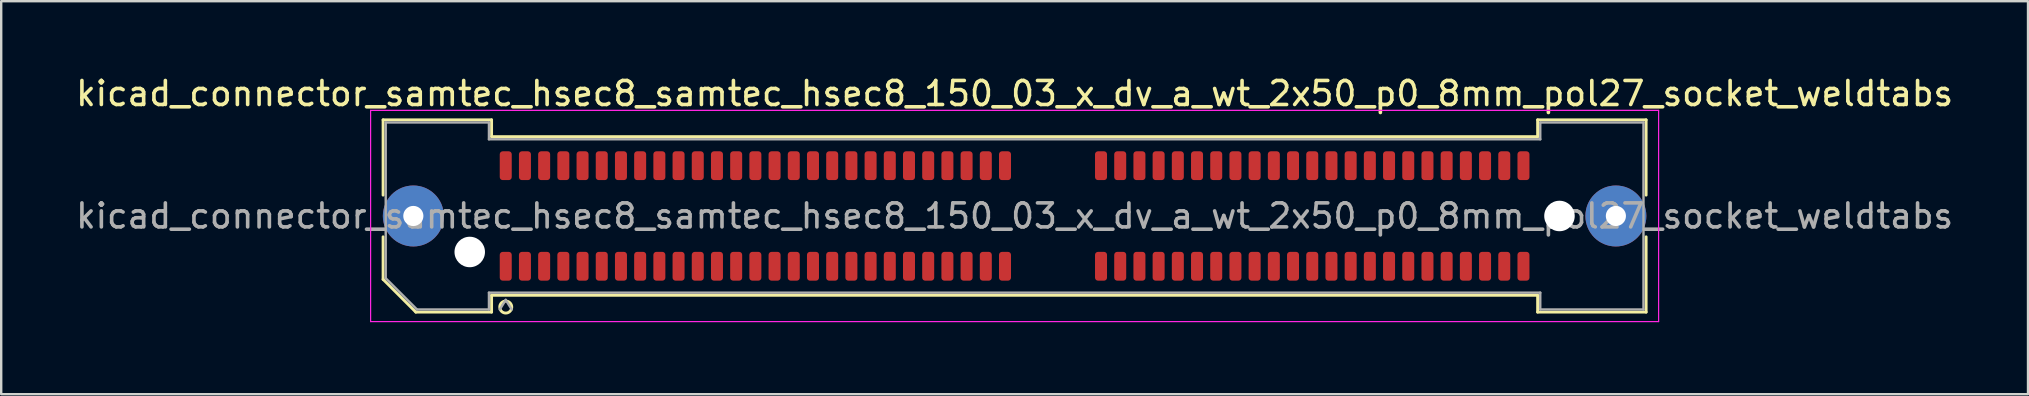
<source format=kicad_pcb>
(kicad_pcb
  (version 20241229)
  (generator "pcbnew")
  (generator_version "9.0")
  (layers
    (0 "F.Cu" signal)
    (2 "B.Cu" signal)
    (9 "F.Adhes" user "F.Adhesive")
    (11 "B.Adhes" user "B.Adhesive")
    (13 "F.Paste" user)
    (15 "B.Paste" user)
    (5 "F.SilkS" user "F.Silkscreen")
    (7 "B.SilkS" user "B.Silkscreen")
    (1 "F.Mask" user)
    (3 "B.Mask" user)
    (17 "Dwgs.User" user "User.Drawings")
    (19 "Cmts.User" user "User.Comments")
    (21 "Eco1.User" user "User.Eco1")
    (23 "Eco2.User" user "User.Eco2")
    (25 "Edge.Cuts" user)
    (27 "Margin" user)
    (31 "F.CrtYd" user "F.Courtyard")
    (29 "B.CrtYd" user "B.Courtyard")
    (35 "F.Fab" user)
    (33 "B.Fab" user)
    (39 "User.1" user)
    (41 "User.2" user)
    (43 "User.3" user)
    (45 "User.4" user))
  (footprint "kicad_connector_samtec_hsec8_samtec_hsec8_150_03_x_dv_a_wt_2x50_p0_8mm_pol27_socket_weldtabs"
    (layer "F.Cu")
    (at 39.22 5.948)
    (property "Reference" "kicad_connector_samtec_hsec8_samtec_hsec8_150_03_x_dv_a_wt_2x50_p0_8mm_pol27_socket_weldtabs" (at 0 -5.1 0) (layer "F.SilkS") (effects (font (size 1 1) (thickness 0.15))))
    (attr smd)
    (fp_line (start -26.31 -4.005) (end -21.79 -4.005) (stroke (width 0.12) (type solid)) (layer "F.SilkS"))
    (fp_line (start -26.31 -0.868) (end -26.31 -4.005) (stroke (width 0.12) (type solid)) (layer "F.SilkS"))
    (fp_line (start -26.31 2.641) (end -26.31 0.868) (stroke (width 0.12) (type solid)) (layer "F.SilkS"))
    (fp_line (start -24.946 4.005) (end -26.31 2.641) (stroke (width 0.12) (type solid)) (layer "F.SilkS"))
    (fp_line (start -21.79 -4.005) (end -21.79 -3.305) (stroke (width 0.12) (type solid)) (layer "F.SilkS"))
    (fp_line (start -21.79 -3.305) (end 21.79 -3.305) (stroke (width 0.12) (type solid)) (layer "F.SilkS"))
    (fp_line (start -21.79 3.305) (end -21.79 4.005) (stroke (width 0.12) (type solid)) (layer "F.SilkS"))
    (fp_line (start -21.79 4.005) (end -24.946 4.005) (stroke (width 0.12) (type solid)) (layer "F.SilkS"))
    (fp_line (start 21.79 -4.005) (end 26.31 -4.005) (stroke (width 0.12) (type solid)) (layer "F.SilkS"))
    (fp_line (start 21.79 -3.305) (end 21.79 -4.005) (stroke (width 0.12) (type solid)) (layer "F.SilkS"))
    (fp_line (start 21.79 3.305) (end -21.79 3.305) (stroke (width 0.12) (type solid)) (layer "F.SilkS"))
    (fp_line (start 21.79 4.005) (end 21.79 3.305) (stroke (width 0.12) (type solid)) (layer "F.SilkS"))
    (fp_line (start 26.31 -4.005) (end 26.31 -0.868) (stroke (width 0.12) (type solid)) (layer "F.SilkS"))
    (fp_line (start 26.31 0.868) (end 26.31 4.005) (stroke (width 0.12) (type solid)) (layer "F.SilkS"))
    (fp_line (start 26.31 4.005) (end 21.79 4.005) (stroke (width 0.12) (type solid)) (layer "F.SilkS"))
    (fp_arc (start -20.95 3.795) (mid -21.45 3.795) (end -20.95 3.795) (stroke (width 0.12) (type solid)) (layer "F.SilkS"))
    (fp_line (start -26.83 -4.4) (end -26.83 4.4) (stroke (width 0.05) (type solid)) (layer "F.CrtYd"))
    (fp_line (start -26.83 4.4) (end 26.83 4.4) (stroke (width 0.05) (type solid)) (layer "F.CrtYd"))
    (fp_line (start 26.83 -4.4) (end -26.83 -4.4) (stroke (width 0.05) (type solid)) (layer "F.CrtYd"))
    (fp_line (start 26.83 4.4) (end 26.83 -4.4) (stroke (width 0.05) (type solid)) (layer "F.CrtYd"))
    (fp_line (start -26.2 -3.895) (end -21.9 -3.895) (stroke (width 0.1) (type solid)) (layer "F.Fab"))
    (fp_line (start -26.2 2.595) (end -26.2 -3.895) (stroke (width 0.1) (type solid)) (layer "F.Fab"))
    (fp_line (start -24.9 3.895) (end -26.2 2.595) (stroke (width 0.1) (type solid)) (layer "F.Fab"))
    (fp_line (start -21.9 -3.895) (end -21.9 -3.195) (stroke (width 0.1) (type solid)) (layer "F.Fab"))
    (fp_line (start -21.9 -3.195) (end 21.9 -3.195) (stroke (width 0.1) (type solid)) (layer "F.Fab"))
    (fp_line (start -21.9 3.195) (end -21.9 3.895) (stroke (width 0.1) (type solid)) (layer "F.Fab"))
    (fp_line (start -21.9 3.895) (end -24.9 3.895) (stroke (width 0.1) (type solid)) (layer "F.Fab"))
    (fp_line (start -21.2 3.495) (end -21.45 3.895) (stroke (width 0.1) (type solid)) (layer "F.Fab"))
    (fp_line (start -21.2 3.495) (end -20.95 3.895) (stroke (width 0.1) (type solid)) (layer "F.Fab"))
    (fp_line (start 21.9 -3.895) (end 26.2 -3.895) (stroke (width 0.1) (type solid)) (layer "F.Fab"))
    (fp_line (start 21.9 -3.195) (end 21.9 -3.895) (stroke (width 0.1) (type solid)) (layer "F.Fab"))
    (fp_line (start 21.9 3.195) (end -21.9 3.195) (stroke (width 0.1) (type solid)) (layer "F.Fab"))
    (fp_line (start 21.9 3.895) (end 21.9 3.195) (stroke (width 0.1) (type solid)) (layer "F.Fab"))
    (fp_line (start 26.2 -3.895) (end 26.2 3.895) (stroke (width 0.1) (type solid)) (layer "F.Fab"))
    (fp_line (start 26.2 3.895) (end 21.9 3.895) (stroke (width 0.1) (type solid)) (layer "F.Fab"))
    (fp_text user "${REFERENCE}" (at 0 0 0) (layer "F.Fab") (effects (font (size 1 1) (thickness 0.15))))
    (pad "" thru_hole circle (at -25.05 0) (size 2.54 2.54) (drill 0.84) (layers "*.Cu" "*.Mask" "F.Paste"))
    (pad "" np_thru_hole circle (at -22.7 1.5) (size 1.27 1.27) (drill 1.27) (layers "*.Cu" "*.Mask"))
    (pad "" np_thru_hole circle (at 22.7 0) (size 1.27 1.27) (drill 1.27) (layers "*.Cu" "*.Mask"))
    (pad "" thru_hole circle (at 25.05 0) (size 2.54 2.54) (drill 0.84) (layers "*.Cu" "*.Mask" "F.Paste"))
    (pad "1" smd roundrect (at -21.2 2.095) (size 0.5 1.2) (layers "F.Cu" "F.Mask" "F.Paste") (roundrect_rratio 0.25))
    (pad "2" smd roundrect (at -21.2 -2.095) (size 0.5 1.2) (layers "F.Cu" "F.Mask" "F.Paste") (roundrect_rratio 0.25))
    (pad "3" smd roundrect (at -20.4 2.095) (size 0.5 1.2) (layers "F.Cu" "F.Mask" "F.Paste") (roundrect_rratio 0.25))
    (pad "4" smd roundrect (at -20.4 -2.095) (size 0.5 1.2) (layers "F.Cu" "F.Mask" "F.Paste") (roundrect_rratio 0.25))
    (pad "5" smd roundrect (at -19.6 2.095) (size 0.5 1.2) (layers "F.Cu" "F.Mask" "F.Paste") (roundrect_rratio 0.25))
    (pad "6" smd roundrect (at -19.6 -2.095) (size 0.5 1.2) (layers "F.Cu" "F.Mask" "F.Paste") (roundrect_rratio 0.25))
    (pad "7" smd roundrect (at -18.8 2.095) (size 0.5 1.2) (layers "F.Cu" "F.Mask" "F.Paste") (roundrect_rratio 0.25))
    (pad "8" smd roundrect (at -18.8 -2.095) (size 0.5 1.2) (layers "F.Cu" "F.Mask" "F.Paste") (roundrect_rratio 0.25))
    (pad "9" smd roundrect (at -18 2.095) (size 0.5 1.2) (layers "F.Cu" "F.Mask" "F.Paste") (roundrect_rratio 0.25))
    (pad "10" smd roundrect (at -18 -2.095) (size 0.5 1.2) (layers "F.Cu" "F.Mask" "F.Paste") (roundrect_rratio 0.25))
    (pad "11" smd roundrect (at -17.2 2.095) (size 0.5 1.2) (layers "F.Cu" "F.Mask" "F.Paste") (roundrect_rratio 0.25))
    (pad "12" smd roundrect (at -17.2 -2.095) (size 0.5 1.2) (layers "F.Cu" "F.Mask" "F.Paste") (roundrect_rratio 0.25))
    (pad "13" smd roundrect (at -16.4 2.095) (size 0.5 1.2) (layers "F.Cu" "F.Mask" "F.Paste") (roundrect_rratio 0.25))
    (pad "14" smd roundrect (at -16.4 -2.095) (size 0.5 1.2) (layers "F.Cu" "F.Mask" "F.Paste") (roundrect_rratio 0.25))
    (pad "15" smd roundrect (at -15.6 2.095) (size 0.5 1.2) (layers "F.Cu" "F.Mask" "F.Paste") (roundrect_rratio 0.25))
    (pad "16" smd roundrect (at -15.6 -2.095) (size 0.5 1.2) (layers "F.Cu" "F.Mask" "F.Paste") (roundrect_rratio 0.25))
    (pad "17" smd roundrect (at -14.8 2.095) (size 0.5 1.2) (layers "F.Cu" "F.Mask" "F.Paste") (roundrect_rratio 0.25))
    (pad "18" smd roundrect (at -14.8 -2.095) (size 0.5 1.2) (layers "F.Cu" "F.Mask" "F.Paste") (roundrect_rratio 0.25))
    (pad "19" smd roundrect (at -14 2.095) (size 0.5 1.2) (layers "F.Cu" "F.Mask" "F.Paste") (roundrect_rratio 0.25))
    (pad "20" smd roundrect (at -14 -2.095) (size 0.5 1.2) (layers "F.Cu" "F.Mask" "F.Paste") (roundrect_rratio 0.25))
    (pad "21" smd roundrect (at -13.2 2.095) (size 0.5 1.2) (layers "F.Cu" "F.Mask" "F.Paste") (roundrect_rratio 0.25))
    (pad "22" smd roundrect (at -13.2 -2.095) (size 0.5 1.2) (layers "F.Cu" "F.Mask" "F.Paste") (roundrect_rratio 0.25))
    (pad "23" smd roundrect (at -12.4 2.095) (size 0.5 1.2) (layers "F.Cu" "F.Mask" "F.Paste") (roundrect_rratio 0.25))
    (pad "24" smd roundrect (at -12.4 -2.095) (size 0.5 1.2) (layers "F.Cu" "F.Mask" "F.Paste") (roundrect_rratio 0.25))
    (pad "25" smd roundrect (at -11.6 2.095) (size 0.5 1.2) (layers "F.Cu" "F.Mask" "F.Paste") (roundrect_rratio 0.25))
    (pad "26" smd roundrect (at -11.6 -2.095) (size 0.5 1.2) (layers "F.Cu" "F.Mask" "F.Paste") (roundrect_rratio 0.25))
    (pad "27" smd roundrect (at -10.8 2.095) (size 0.5 1.2) (layers "F.Cu" "F.Mask" "F.Paste") (roundrect_rratio 0.25))
    (pad "28" smd roundrect (at -10.8 -2.095) (size 0.5 1.2) (layers "F.Cu" "F.Mask" "F.Paste") (roundrect_rratio 0.25))
    (pad "29" smd roundrect (at -10 2.095) (size 0.5 1.2) (layers "F.Cu" "F.Mask" "F.Paste") (roundrect_rratio 0.25))
    (pad "30" smd roundrect (at -10 -2.095) (size 0.5 1.2) (layers "F.Cu" "F.Mask" "F.Paste") (roundrect_rratio 0.25))
    (pad "31" smd roundrect (at -9.2 2.095) (size 0.5 1.2) (layers "F.Cu" "F.Mask" "F.Paste") (roundrect_rratio 0.25))
    (pad "32" smd roundrect (at -9.2 -2.095) (size 0.5 1.2) (layers "F.Cu" "F.Mask" "F.Paste") (roundrect_rratio 0.25))
    (pad "33" smd roundrect (at -8.4 2.095) (size 0.5 1.2) (layers "F.Cu" "F.Mask" "F.Paste") (roundrect_rratio 0.25))
    (pad "34" smd roundrect (at -8.4 -2.095) (size 0.5 1.2) (layers "F.Cu" "F.Mask" "F.Paste") (roundrect_rratio 0.25))
    (pad "35" smd roundrect (at -7.6 2.095) (size 0.5 1.2) (layers "F.Cu" "F.Mask" "F.Paste") (roundrect_rratio 0.25))
    (pad "36" smd roundrect (at -7.6 -2.095) (size 0.5 1.2) (layers "F.Cu" "F.Mask" "F.Paste") (roundrect_rratio 0.25))
    (pad "37" smd roundrect (at -6.8 2.095) (size 0.5 1.2) (layers "F.Cu" "F.Mask" "F.Paste") (roundrect_rratio 0.25))
    (pad "38" smd roundrect (at -6.8 -2.095) (size 0.5 1.2) (layers "F.Cu" "F.Mask" "F.Paste") (roundrect_rratio 0.25))
    (pad "39" smd roundrect (at -6 2.095) (size 0.5 1.2) (layers "F.Cu" "F.Mask" "F.Paste") (roundrect_rratio 0.25))
    (pad "40" smd roundrect (at -6 -2.095) (size 0.5 1.2) (layers "F.Cu" "F.Mask" "F.Paste") (roundrect_rratio 0.25))
    (pad "41" smd roundrect (at -5.2 2.095) (size 0.5 1.2) (layers "F.Cu" "F.Mask" "F.Paste") (roundrect_rratio 0.25))
    (pad "42" smd roundrect (at -5.2 -2.095) (size 0.5 1.2) (layers "F.Cu" "F.Mask" "F.Paste") (roundrect_rratio 0.25))
    (pad "43" smd roundrect (at -4.4 2.095) (size 0.5 1.2) (layers "F.Cu" "F.Mask" "F.Paste") (roundrect_rratio 0.25))
    (pad "44" smd roundrect (at -4.4 -2.095) (size 0.5 1.2) (layers "F.Cu" "F.Mask" "F.Paste") (roundrect_rratio 0.25))
    (pad "45" smd roundrect (at -3.6 2.095) (size 0.5 1.2) (layers "F.Cu" "F.Mask" "F.Paste") (roundrect_rratio 0.25))
    (pad "46" smd roundrect (at -3.6 -2.095) (size 0.5 1.2) (layers "F.Cu" "F.Mask" "F.Paste") (roundrect_rratio 0.25))
    (pad "47" smd roundrect (at -2.8 2.095) (size 0.5 1.2) (layers "F.Cu" "F.Mask" "F.Paste") (roundrect_rratio 0.25))
    (pad "48" smd roundrect (at -2.8 -2.095) (size 0.5 1.2) (layers "F.Cu" "F.Mask" "F.Paste") (roundrect_rratio 0.25))
    (pad "49" smd roundrect (at -2 2.095) (size 0.5 1.2) (layers "F.Cu" "F.Mask" "F.Paste") (roundrect_rratio 0.25))
    (pad "50" smd roundrect (at -2 -2.095) (size 0.5 1.2) (layers "F.Cu" "F.Mask" "F.Paste") (roundrect_rratio 0.25))
    (pad "51" smd roundrect (at -1.2 2.095) (size 0.5 1.2) (layers "F.Cu" "F.Mask" "F.Paste") (roundrect_rratio 0.25))
    (pad "52" smd roundrect (at -1.2 -2.095) (size 0.5 1.2) (layers "F.Cu" "F.Mask" "F.Paste") (roundrect_rratio 0.25))
    (pad "53" smd roundrect (at -0.4 2.095) (size 0.5 1.2) (layers "F.Cu" "F.Mask" "F.Paste") (roundrect_rratio 0.25))
    (pad "54" smd roundrect (at -0.4 -2.095) (size 0.5 1.2) (layers "F.Cu" "F.Mask" "F.Paste") (roundrect_rratio 0.25))
    (pad "55" smd roundrect (at 3.6 2.095) (size 0.5 1.2) (layers "F.Cu" "F.Mask" "F.Paste") (roundrect_rratio 0.25))
    (pad "56" smd roundrect (at 3.6 -2.095) (size 0.5 1.2) (layers "F.Cu" "F.Mask" "F.Paste") (roundrect_rratio 0.25))
    (pad "57" smd roundrect (at 4.4 2.095) (size 0.5 1.2) (layers "F.Cu" "F.Mask" "F.Paste") (roundrect_rratio 0.25))
    (pad "58" smd roundrect (at 4.4 -2.095) (size 0.5 1.2) (layers "F.Cu" "F.Mask" "F.Paste") (roundrect_rratio 0.25))
    (pad "59" smd roundrect (at 5.2 2.095) (size 0.5 1.2) (layers "F.Cu" "F.Mask" "F.Paste") (roundrect_rratio 0.25))
    (pad "60" smd roundrect (at 5.2 -2.095) (size 0.5 1.2) (layers "F.Cu" "F.Mask" "F.Paste") (roundrect_rratio 0.25))
    (pad "61" smd roundrect (at 6 2.095) (size 0.5 1.2) (layers "F.Cu" "F.Mask" "F.Paste") (roundrect_rratio 0.25))
    (pad "62" smd roundrect (at 6 -2.095) (size 0.5 1.2) (layers "F.Cu" "F.Mask" "F.Paste") (roundrect_rratio 0.25))
    (pad "63" smd roundrect (at 6.8 2.095) (size 0.5 1.2) (layers "F.Cu" "F.Mask" "F.Paste") (roundrect_rratio 0.25))
    (pad "64" smd roundrect (at 6.8 -2.095) (size 0.5 1.2) (layers "F.Cu" "F.Mask" "F.Paste") (roundrect_rratio 0.25))
    (pad "65" smd roundrect (at 7.6 2.095) (size 0.5 1.2) (layers "F.Cu" "F.Mask" "F.Paste") (roundrect_rratio 0.25))
    (pad "66" smd roundrect (at 7.6 -2.095) (size 0.5 1.2) (layers "F.Cu" "F.Mask" "F.Paste") (roundrect_rratio 0.25))
    (pad "67" smd roundrect (at 8.4 2.095) (size 0.5 1.2) (layers "F.Cu" "F.Mask" "F.Paste") (roundrect_rratio 0.25))
    (pad "68" smd roundrect (at 8.4 -2.095) (size 0.5 1.2) (layers "F.Cu" "F.Mask" "F.Paste") (roundrect_rratio 0.25))
    (pad "69" smd roundrect (at 9.2 2.095) (size 0.5 1.2) (layers "F.Cu" "F.Mask" "F.Paste") (roundrect_rratio 0.25))
    (pad "70" smd roundrect (at 9.2 -2.095) (size 0.5 1.2) (layers "F.Cu" "F.Mask" "F.Paste") (roundrect_rratio 0.25))
    (pad "71" smd roundrect (at 10 2.095) (size 0.5 1.2) (layers "F.Cu" "F.Mask" "F.Paste") (roundrect_rratio 0.25))
    (pad "72" smd roundrect (at 10 -2.095) (size 0.5 1.2) (layers "F.Cu" "F.Mask" "F.Paste") (roundrect_rratio 0.25))
    (pad "73" smd roundrect (at 10.8 2.095) (size 0.5 1.2) (layers "F.Cu" "F.Mask" "F.Paste") (roundrect_rratio 0.25))
    (pad "74" smd roundrect (at 10.8 -2.095) (size 0.5 1.2) (layers "F.Cu" "F.Mask" "F.Paste") (roundrect_rratio 0.25))
    (pad "75" smd roundrect (at 11.6 2.095) (size 0.5 1.2) (layers "F.Cu" "F.Mask" "F.Paste") (roundrect_rratio 0.25))
    (pad "76" smd roundrect (at 11.6 -2.095) (size 0.5 1.2) (layers "F.Cu" "F.Mask" "F.Paste") (roundrect_rratio 0.25))
    (pad "77" smd roundrect (at 12.4 2.095) (size 0.5 1.2) (layers "F.Cu" "F.Mask" "F.Paste") (roundrect_rratio 0.25))
    (pad "78" smd roundrect (at 12.4 -2.095) (size 0.5 1.2) (layers "F.Cu" "F.Mask" "F.Paste") (roundrect_rratio 0.25))
    (pad "79" smd roundrect (at 13.2 2.095) (size 0.5 1.2) (layers "F.Cu" "F.Mask" "F.Paste") (roundrect_rratio 0.25))
    (pad "80" smd roundrect (at 13.2 -2.095) (size 0.5 1.2) (layers "F.Cu" "F.Mask" "F.Paste") (roundrect_rratio 0.25))
    (pad "81" smd roundrect (at 14 2.095) (size 0.5 1.2) (layers "F.Cu" "F.Mask" "F.Paste") (roundrect_rratio 0.25))
    (pad "82" smd roundrect (at 14 -2.095) (size 0.5 1.2) (layers "F.Cu" "F.Mask" "F.Paste") (roundrect_rratio 0.25))
    (pad "83" smd roundrect (at 14.8 2.095) (size 0.5 1.2) (layers "F.Cu" "F.Mask" "F.Paste") (roundrect_rratio 0.25))
    (pad "84" smd roundrect (at 14.8 -2.095) (size 0.5 1.2) (layers "F.Cu" "F.Mask" "F.Paste") (roundrect_rratio 0.25))
    (pad "85" smd roundrect (at 15.6 2.095) (size 0.5 1.2) (layers "F.Cu" "F.Mask" "F.Paste") (roundrect_rratio 0.25))
    (pad "86" smd roundrect (at 15.6 -2.095) (size 0.5 1.2) (layers "F.Cu" "F.Mask" "F.Paste") (roundrect_rratio 0.25))
    (pad "87" smd roundrect (at 16.4 2.095) (size 0.5 1.2) (layers "F.Cu" "F.Mask" "F.Paste") (roundrect_rratio 0.25))
    (pad "88" smd roundrect (at 16.4 -2.095) (size 0.5 1.2) (layers "F.Cu" "F.Mask" "F.Paste") (roundrect_rratio 0.25))
    (pad "89" smd roundrect (at 17.2 2.095) (size 0.5 1.2) (layers "F.Cu" "F.Mask" "F.Paste") (roundrect_rratio 0.25))
    (pad "90" smd roundrect (at 17.2 -2.095) (size 0.5 1.2) (layers "F.Cu" "F.Mask" "F.Paste") (roundrect_rratio 0.25))
    (pad "91" smd roundrect (at 18 2.095) (size 0.5 1.2) (layers "F.Cu" "F.Mask" "F.Paste") (roundrect_rratio 0.25))
    (pad "92" smd roundrect (at 18 -2.095) (size 0.5 1.2) (layers "F.Cu" "F.Mask" "F.Paste") (roundrect_rratio 0.25))
    (pad "93" smd roundrect (at 18.8 2.095) (size 0.5 1.2) (layers "F.Cu" "F.Mask" "F.Paste") (roundrect_rratio 0.25))
    (pad "94" smd roundrect (at 18.8 -2.095) (size 0.5 1.2) (layers "F.Cu" "F.Mask" "F.Paste") (roundrect_rratio 0.25))
    (pad "95" smd roundrect (at 19.6 2.095) (size 0.5 1.2) (layers "F.Cu" "F.Mask" "F.Paste") (roundrect_rratio 0.25))
    (pad "96" smd roundrect (at 19.6 -2.095) (size 0.5 1.2) (layers "F.Cu" "F.Mask" "F.Paste") (roundrect_rratio 0.25))
    (pad "97" smd roundrect (at 20.4 2.095) (size 0.5 1.2) (layers "F.Cu" "F.Mask" "F.Paste") (roundrect_rratio 0.25))
    (pad "98" smd roundrect (at 20.4 -2.095) (size 0.5 1.2) (layers "F.Cu" "F.Mask" "F.Paste") (roundrect_rratio 0.25))
    (pad "99" smd roundrect (at 21.2 2.095) (size 0.5 1.2) (layers "F.Cu" "F.Mask" "F.Paste") (roundrect_rratio 0.25))
    (pad "100" smd roundrect (at 21.2 -2.095) (size 0.5 1.2) (layers "F.Cu" "F.Mask" "F.Paste") (roundrect_rratio 0.25)))
  (gr_rect
    (start -3 -3)
    (end 81.44 13.373)
    (stroke (width 0.1) (type default))
    (fill no)
    (layer "Edge.Cuts")))
</source>
